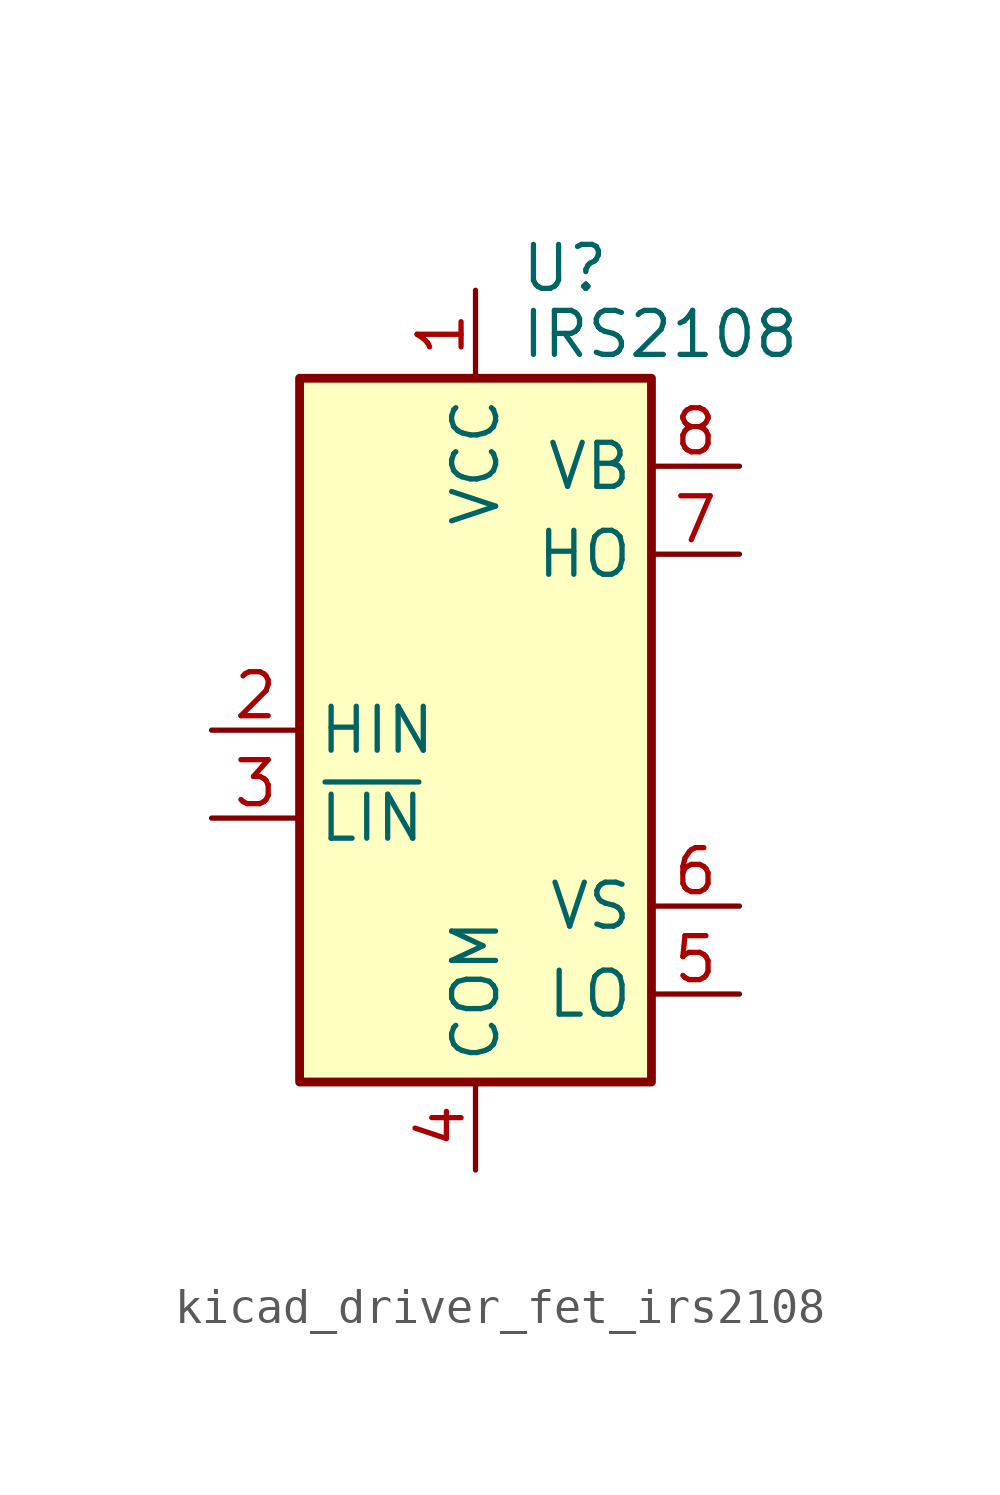
<source format=kicad_sym>
(kicad_symbol_lib
  (version 20220914)
  (generator kicad_symbol_editor)
  (symbol "kicad_driver_fet_irs2108"
    (property "Reference" "U"
      (at 1.27 13.335 0)
      (effects (font (size 1.27 1.27)) (justify left)))
    (property "Value" "IRS2108"
      (at 1.27 11.43 0)
      (effects (font (size 1.27 1.27)) (justify left)))
    (symbol "kicad_driver_fet_irs2108_0_1"
      (rectangle (start -5.08 -10.16) (end 5.08 10.16) (stroke (width 0.254) (type default)) (fill (type background))))
    (symbol "kicad_driver_fet_irs2108_1_1"
      (pin power_in line (at 0 12.7 270) (length 2.54) (name "VCC" (effects (font (size 1.27 1.27)))) (number "1" (effects (font (size 1.27 1.27)))))
      (pin input line (at -7.62 0 0) (length 2.54) (name "HIN" (effects (font (size 1.27 1.27)))) (number "2" (effects (font (size 1.27 1.27)))))
      (pin input line (at -7.62 -2.54 0) (length 2.54) (name "~{LIN}" (effects (font (size 1.27 1.27)))) (number "3" (effects (font (size 1.27 1.27)))))
      (pin power_in line (at 0 -12.7 90) (length 2.54) (name "COM" (effects (font (size 1.27 1.27)))) (number "4" (effects (font (size 1.27 1.27)))))
      (pin output line (at 7.62 -7.62 180) (length 2.54) (name "LO" (effects (font (size 1.27 1.27)))) (number "5" (effects (font (size 1.27 1.27)))))
      (pin passive line (at 7.62 -5.08 180) (length 2.54) (name "VS" (effects (font (size 1.27 1.27)))) (number "6" (effects (font (size 1.27 1.27)))))
      (pin output line (at 7.62 5.08 180) (length 2.54) (name "HO" (effects (font (size 1.27 1.27)))) (number "7" (effects (font (size 1.27 1.27)))))
      (pin passive line (at 7.62 7.62 180) (length 2.54) (name "VB" (effects (font (size 1.27 1.27)))) (number "8" (effects (font (size 1.27 1.27))))))))
</source>
